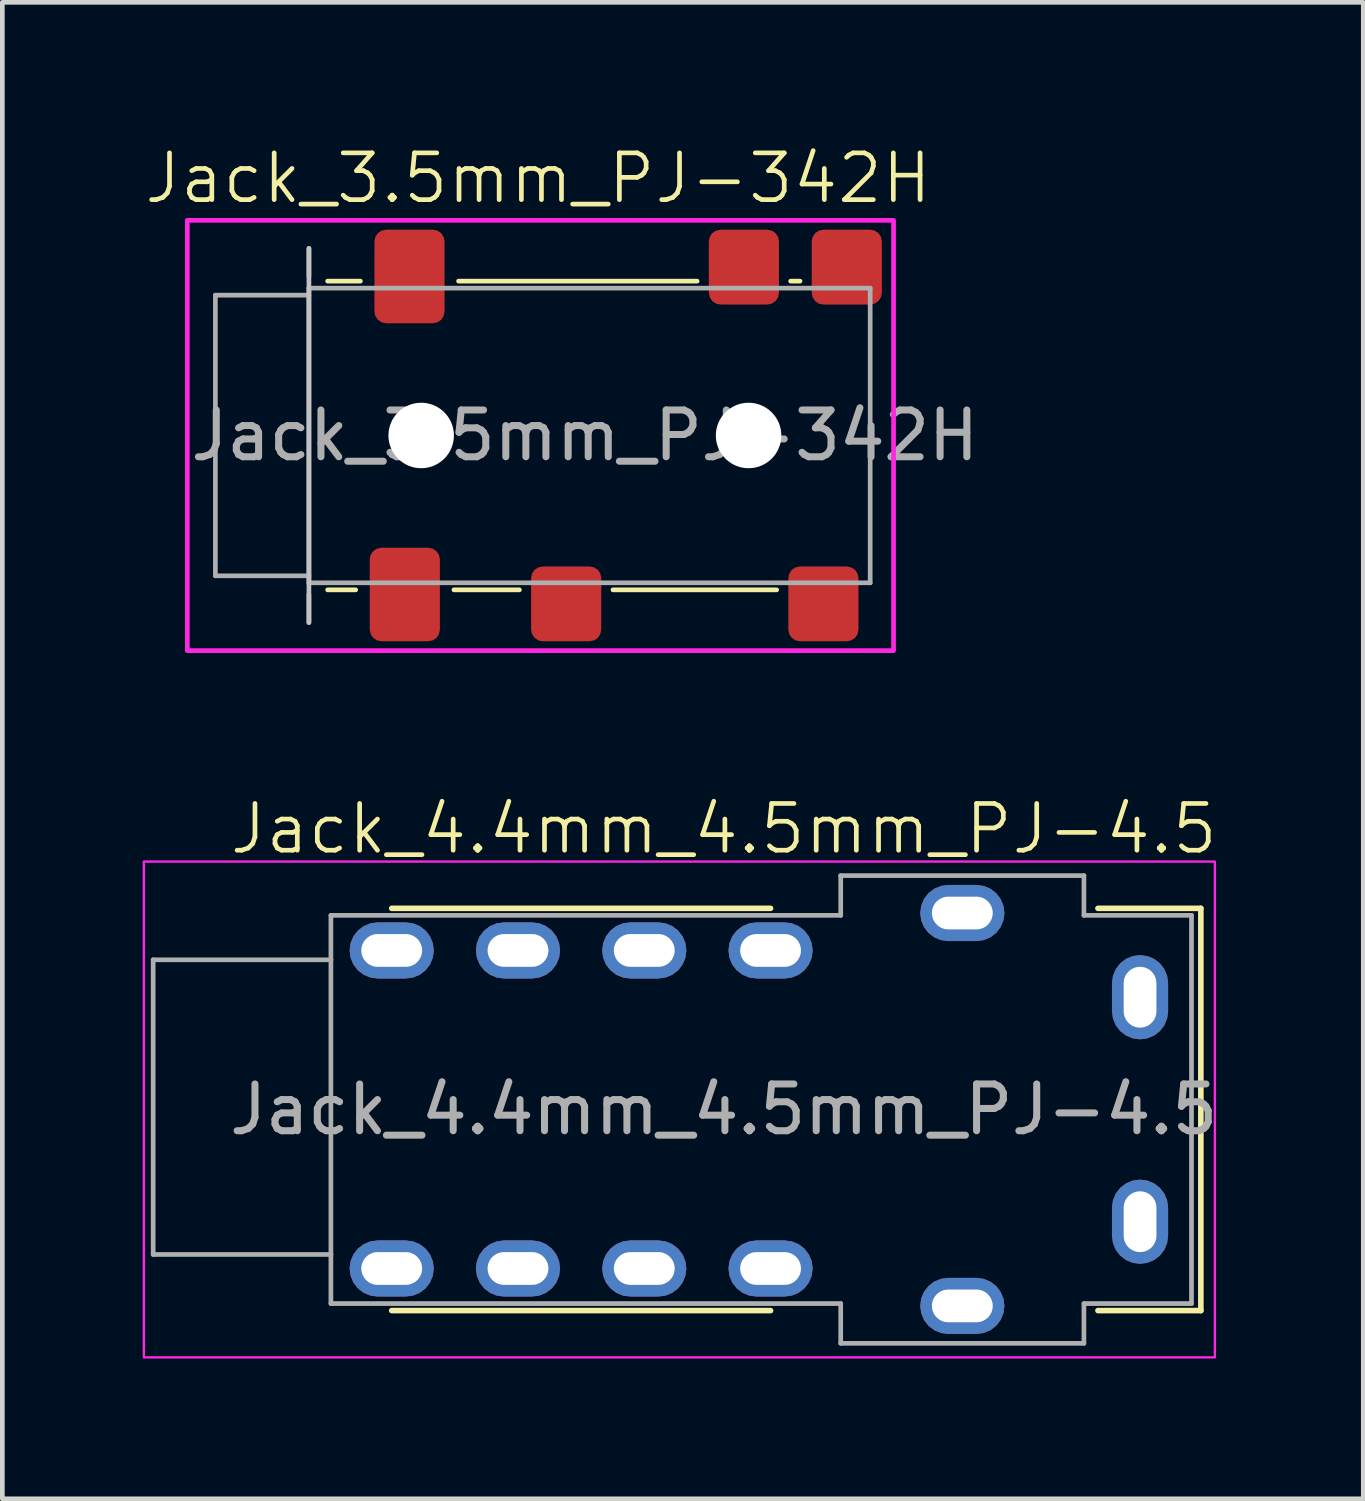
<source format=kicad_pcb>
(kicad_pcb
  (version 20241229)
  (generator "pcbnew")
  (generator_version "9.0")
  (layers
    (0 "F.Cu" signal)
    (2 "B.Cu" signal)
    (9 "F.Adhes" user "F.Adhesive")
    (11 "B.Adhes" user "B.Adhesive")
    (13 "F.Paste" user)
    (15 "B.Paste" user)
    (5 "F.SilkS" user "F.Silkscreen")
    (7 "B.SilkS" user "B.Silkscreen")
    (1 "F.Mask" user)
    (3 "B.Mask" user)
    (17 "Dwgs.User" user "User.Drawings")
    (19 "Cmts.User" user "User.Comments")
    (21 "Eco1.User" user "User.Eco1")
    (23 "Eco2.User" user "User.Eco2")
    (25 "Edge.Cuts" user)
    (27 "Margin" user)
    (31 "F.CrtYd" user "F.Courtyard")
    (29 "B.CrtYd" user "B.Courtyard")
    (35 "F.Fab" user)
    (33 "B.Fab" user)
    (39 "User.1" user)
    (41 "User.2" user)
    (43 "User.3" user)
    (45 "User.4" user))
  (footprint "Jack_4.4mm_4.5mm_PJ-4.5"
    (layer "F.Cu")
    (at 12.425 20.671)
    (property "Reference" "Jack_4.4mm_4.5mm_PJ-4.5" (at 0 -6 0) (unlocked yes) (layer "F.SilkS") (effects (font (size 1 1) (thickness 0.1))))
    (attr smd)
    (fp_line (start -7.1 -4.3) (end 1 -4.3) (stroke (width 0.12) (type solid)) (layer "F.SilkS"))
    (fp_line (start -7.1 4.3) (end 1 4.3) (stroke (width 0.12) (type solid)) (layer "F.SilkS"))
    (fp_line (start 10.2 -4.3) (end 8 -4.3) (stroke (width 0.12) (type solid)) (layer "F.SilkS"))
    (fp_line (start 10.2 -4.3) (end 10.2 4.3) (stroke (width 0.12) (type solid)) (layer "F.SilkS"))
    (fp_line (start 10.2 4.3) (end 8 4.3) (stroke (width 0.12) (type solid)) (layer "F.SilkS"))
    (fp_rect (start -12.4 -5.3) (end 10.5 5.3) (stroke (width 0.05) (type default)) (fill no) (layer "F.CrtYd"))
    (fp_line (start -12.2 -3.2) (end -12.2 3.1) (stroke (width 0.1) (type solid)) (layer "F.Fab"))
    (fp_line (start -12.2 -3.2) (end -8.4 -3.2) (stroke (width 0.1) (type default)) (layer "F.Fab"))
    (fp_line (start -12.2 3.1) (end -8.4 3.1) (stroke (width 0.1) (type default)) (layer "F.Fab"))
    (fp_line (start -8.4 -4.15) (end 2.5 -4.15) (stroke (width 0.1) (type default)) (layer "F.Fab"))
    (fp_line (start -8.4 -3.2) (end -8.4 -4.15) (stroke (width 0.1) (type default)) (layer "F.Fab"))
    (fp_line (start -8.4 -3.2) (end -8.4 3.1) (stroke (width 0.1) (type solid)) (layer "F.Fab"))
    (fp_line (start -8.4 3.1) (end -8.4 4.15) (stroke (width 0.1) (type default)) (layer "F.Fab"))
    (fp_line (start -8.4 4.15) (end 2.5 4.15) (stroke (width 0.1) (type solid)) (layer "F.Fab"))
    (fp_line (start 2.5 -5) (end 7.7 -5) (stroke (width 0.1) (type default)) (layer "F.Fab"))
    (fp_line (start 2.5 -4.15) (end 2.5 -5) (stroke (width 0.1) (type default)) (layer "F.Fab"))
    (fp_line (start 2.5 5) (end 2.5 4.15) (stroke (width 0.1) (type default)) (layer "F.Fab"))
    (fp_line (start 2.5 5) (end 7.7 5) (stroke (width 0.1) (type solid)) (layer "F.Fab"))
    (fp_line (start 7.7 -4.15) (end 7.7 -5) (stroke (width 0.1) (type default)) (layer "F.Fab"))
    (fp_line (start 7.7 -4.15) (end 10 -4.15) (stroke (width 0.1) (type solid)) (layer "F.Fab"))
    (fp_line (start 7.7 4.15) (end 10 4.15) (stroke (width 0.1) (type solid)) (layer "F.Fab"))
    (fp_line (start 7.7 5) (end 7.7 4.15) (stroke (width 0.1) (type default)) (layer "F.Fab"))
    (fp_line (start 10 -4.15) (end 10 4.15) (stroke (width 0.1) (type default)) (layer "F.Fab"))
    (fp_text user "${REFERENCE}" (at 0 0 0) (unlocked yes) (layer "F.Fab") (effects (font (size 1 1) (thickness 0.15))))
    (pad "5" thru_hole roundrect (at 5.1 -4.2) (size 1.8 1.2) (drill oval 1.3 0.7) (layers "*.Cu" "*.Mask") (roundrect_rratio 0.5))
    (pad "6" thru_hole roundrect (at 5.1 4.2) (size 1.8 1.2) (drill oval 1.3 0.7) (layers "*.Cu" "*.Mask") (roundrect_rratio 0.5))
    (pad "R1" thru_hole roundrect (at 1 -3.4) (size 1.8 1.2) (drill oval 1.3 0.7) (layers "*.Cu" "*.Mask") (roundrect_rratio 0.5))
    (pad "R1" thru_hole roundrect (at 1 3.4) (size 1.8 1.2) (drill oval 1.3 0.7) (layers "*.Cu" "*.Mask") (roundrect_rratio 0.5))
    (pad "R2" thru_hole roundrect (at -1.7 -3.4) (size 1.8 1.2) (drill oval 1.3 0.7) (layers "*.Cu" "*.Mask") (roundrect_rratio 0.5))
    (pad "R2" thru_hole roundrect (at -1.7 3.4) (size 1.8 1.2) (drill oval 1.3 0.7) (layers "*.Cu" "*.Mask") (roundrect_rratio 0.5))
    (pad "R3" thru_hole roundrect (at -4.4 -3.4) (size 1.8 1.2) (drill oval 1.3 0.7) (layers "*.Cu" "*.Mask") (roundrect_rratio 0.5))
    (pad "R3" thru_hole roundrect (at -4.4 3.4) (size 1.8 1.2) (drill oval 1.3 0.7) (layers "*.Cu" "*.Mask") (roundrect_rratio 0.5))
    (pad "S" thru_hole roundrect (at -7.1 -3.4) (size 1.8 1.2) (drill oval 1.3 0.7) (layers "*.Cu" "*.Mask") (roundrect_rratio 0.5))
    (pad "S" thru_hole roundrect (at -7.1 3.4) (size 1.8 1.2) (drill oval 1.3 0.7) (layers "*.Cu" "*.Mask") (roundrect_rratio 0.5))
    (pad "T" thru_hole roundrect (at 8.9 -2.4) (size 1.2 1.8) (drill oval 0.7 1.3) (layers "*.Cu" "*.Mask") (roundrect_rratio 0.5))
    (pad "T" thru_hole roundrect (at 8.9 2.4) (size 1.2 1.8) (drill oval 0.7 1.3) (layers "*.Cu" "*.Mask") (roundrect_rratio 0.5)))
  (footprint "Jack_3.5mm_PJ-342H"
    (layer "F.Cu")
    (at 12.955 6.261)
    (property "Reference" "Jack_3.5mm_PJ-342H" (at -4.5 -5.5 0) (unlocked yes) (layer "F.SilkS") (effects (font (size 1 1) (thickness 0.1))))
    (attr smd)
    (fp_line (start -9 -3.3) (end -8.3 -3.3) (stroke (width 0.1) (type default)) (layer "F.SilkS"))
    (fp_line (start -9 3.3) (end -8.4 3.3) (stroke (width 0.1) (type default)) (layer "F.SilkS"))
    (fp_line (start -6.3 3.3) (end -4.9 3.3) (stroke (width 0.1) (type default)) (layer "F.SilkS"))
    (fp_line (start -6.2 -3.3) (end -1.1 -3.3) (stroke (width 0.1) (type default)) (layer "F.SilkS"))
    (fp_line (start -2.9 3.3) (end 0.6 3.3) (stroke (width 0.1) (type default)) (layer "F.SilkS"))
    (fp_line (start 0.9 -3.3) (end 1.1 -3.3) (stroke (width 0.1) (type default)) (layer "F.SilkS"))
    (fp_line (start -9.4 -4) (end -9.4 4) (stroke (width 0.1) (type default)) (layer "Dwgs.User"))
    (fp_rect (start -12 -4.6) (end 3.1 4.6) (stroke (width 0.1) (type default)) (fill no) (layer "F.CrtYd"))
    (fp_line (start -11.4 -3) (end -11.4 3) (stroke (width 0.1) (type default)) (layer "F.Fab"))
    (fp_line (start -9.4 -3.4) (end -9.4 -4) (stroke (width 0.1) (type default)) (layer "F.Fab"))
    (fp_line (start -9.4 -3.15) (end -9.4 3.15) (stroke (width 0.1) (type default)) (layer "F.Fab"))
    (fp_line (start -9.4 -3.15) (end 2.6 -3.15) (stroke (width 0.1) (type default)) (layer "F.Fab"))
    (fp_line (start -9.4 -3) (end -11.4 -3) (stroke (width 0.1) (type default)) (layer "F.Fab"))
    (fp_line (start -9.4 3) (end -11.4 3) (stroke (width 0.1) (type default)) (layer "F.Fab"))
    (fp_line (start -9.4 3.15) (end 2.6 3.15) (stroke (width 0.1) (type default)) (layer "F.Fab"))
    (fp_line (start -9.4 3.4) (end -9.4 4) (stroke (width 0.1) (type default)) (layer "F.Fab"))
    (fp_line (start 2.6 -3.15) (end 2.6 3.15) (stroke (width 0.1) (type default)) (layer "F.Fab"))
    (fp_text user "${REFERENCE}" (at -3.5 0 0) (unlocked yes) (layer "F.Fab") (effects (font (size 1 1) (thickness 0.15))))
    (pad "" np_thru_hole circle (at -7 0) (size 1.4 1.4) (drill 1.4) (layers "*.Cu" "*.Mask"))
    (pad "" np_thru_hole circle (at 0 0) (size 1.4 1.4) (drill 1.4) (layers "*.Cu" "*.Mask"))
    (pad "R1" smd roundrect (at -3.9 3.6) (size 1.5 1.6) (layers "F.Cu" "F.Mask" "F.Paste") (roundrect_rratio 0.167))
    (pad "R1N" smd roundrect (at 1.6 3.6) (size 1.5 1.6) (layers "F.Cu" "F.Mask" "F.Paste") (roundrect_rratio 0.167))
    (pad "R2" smd roundrect (at -7.25 -3.4) (size 1.5 2) (layers "F.Cu" "F.Mask" "F.Paste") (roundrect_rratio 0.167))
    (pad "S" smd roundrect (at -7.35 3.4) (size 1.5 2) (layers "F.Cu" "F.Mask" "F.Paste") (roundrect_rratio 0.167))
    (pad "T" smd roundrect (at -0.1 -3.6) (size 1.5 1.6) (layers "F.Cu" "F.Mask" "F.Paste") (roundrect_rratio 0.167))
    (pad "TN" smd roundrect (at 2.1 -3.6) (size 1.5 1.6) (layers "F.Cu" "F.Mask" "F.Paste") (roundrect_rratio 0.167)))
  (gr_rect
    (start -3 -3)
    (end 26.098 28.996)
    (stroke (width 0.1) (type default))
    (fill no)
    (layer "Edge.Cuts")))
</source>
